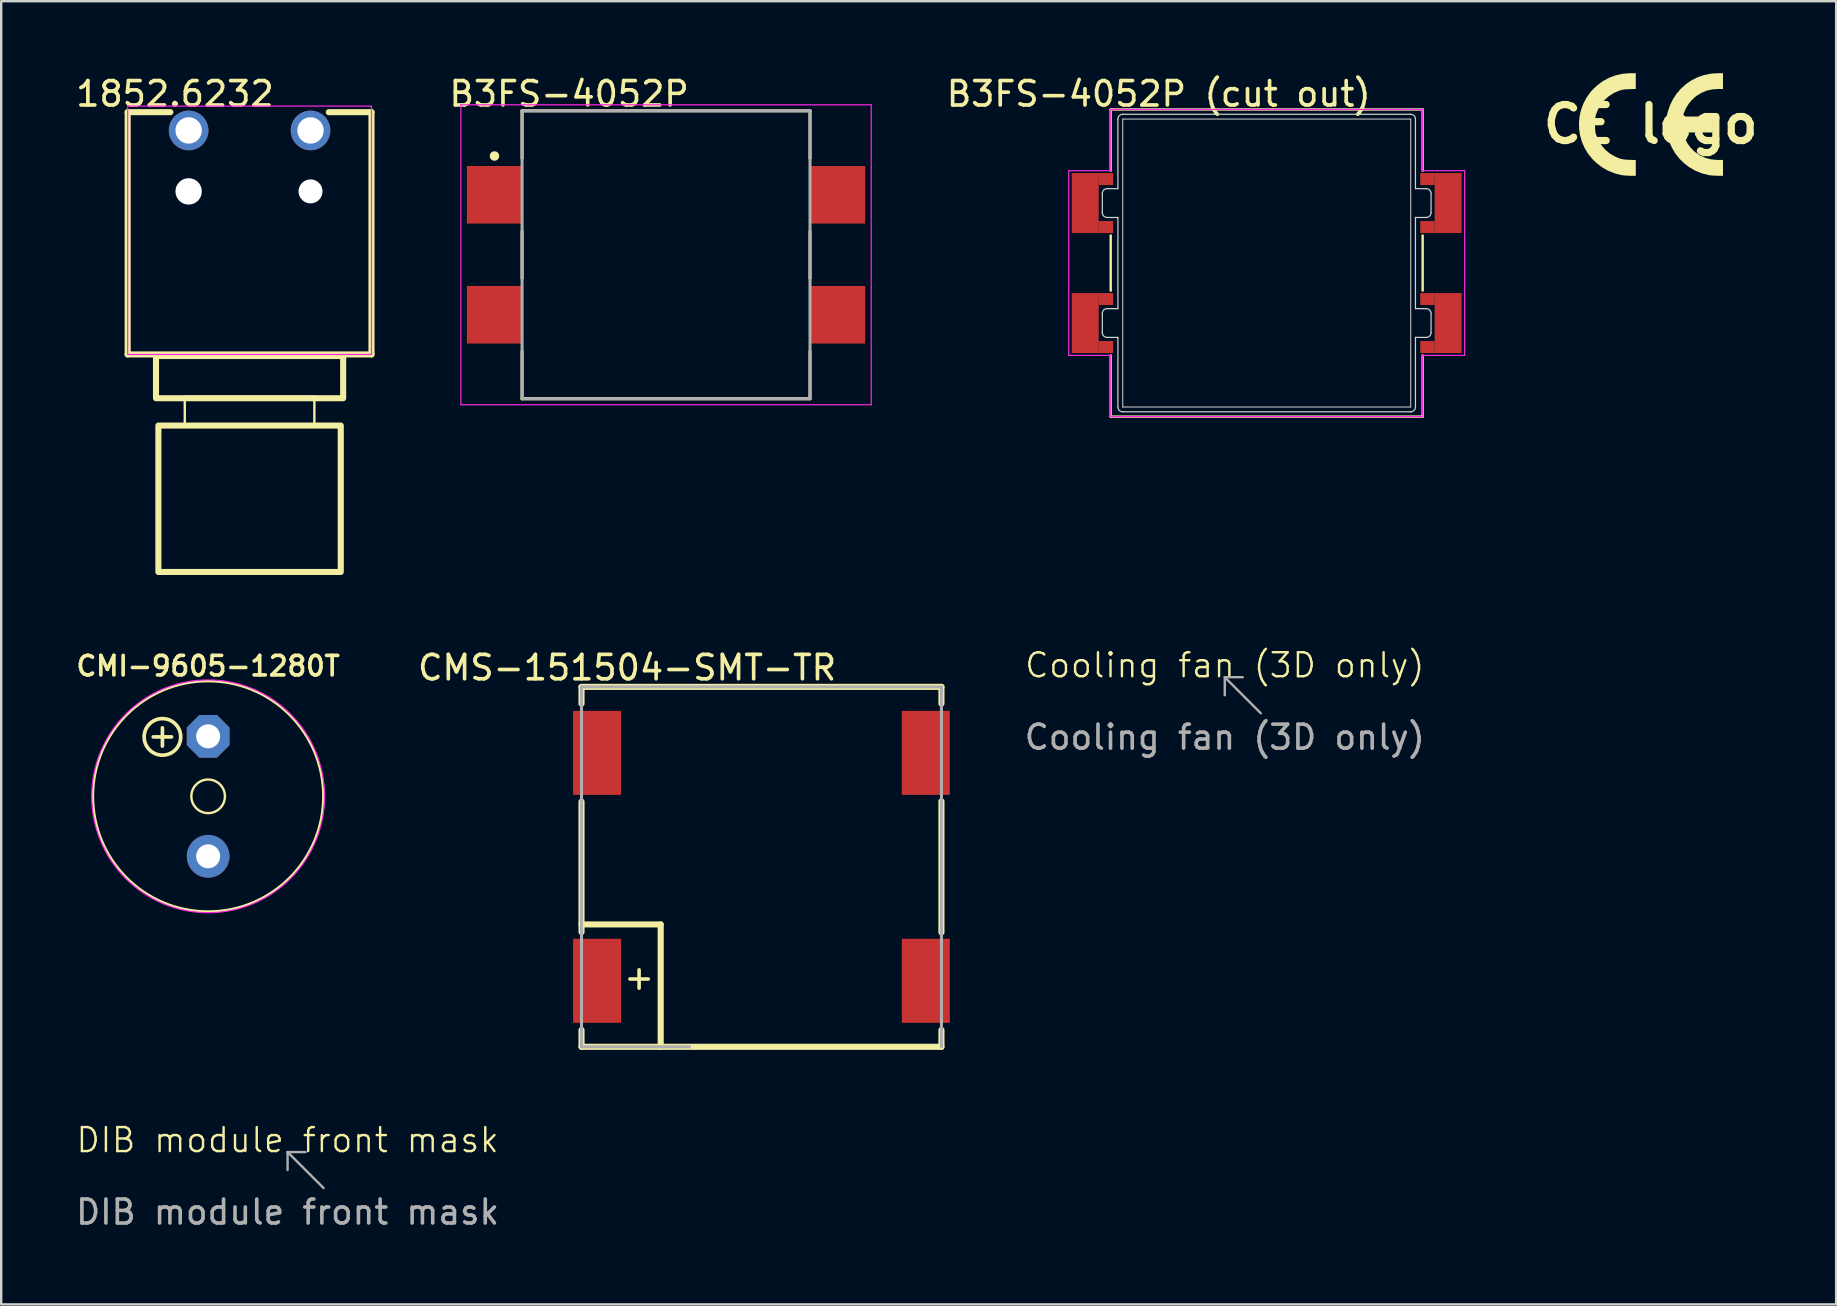
<source format=kicad_pcb>
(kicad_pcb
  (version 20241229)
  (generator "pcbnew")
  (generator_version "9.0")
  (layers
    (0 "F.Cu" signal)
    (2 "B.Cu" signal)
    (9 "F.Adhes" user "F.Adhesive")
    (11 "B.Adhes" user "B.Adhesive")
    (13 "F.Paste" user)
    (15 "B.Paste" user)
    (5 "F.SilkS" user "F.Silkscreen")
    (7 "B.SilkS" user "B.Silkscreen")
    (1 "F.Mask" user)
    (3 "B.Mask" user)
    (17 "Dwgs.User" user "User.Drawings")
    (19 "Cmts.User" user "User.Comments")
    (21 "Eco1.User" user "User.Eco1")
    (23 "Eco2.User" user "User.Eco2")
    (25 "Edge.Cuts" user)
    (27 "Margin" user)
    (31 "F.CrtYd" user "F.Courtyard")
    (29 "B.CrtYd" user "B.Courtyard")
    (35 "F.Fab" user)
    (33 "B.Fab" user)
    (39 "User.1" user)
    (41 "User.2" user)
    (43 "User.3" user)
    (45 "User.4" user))
  (footprint "CMI-9605-1280T"
    (layer "F.Cu")
    (at 5.624 30.136)
    (property "Reference" "CMI-9605-1280T" (at 0 -4.953 0) (layer "F.SilkS") (effects (font (size 0.813 0.813) (thickness 0.152) (bold yes)) (justify bottom)))
    (attr through_hole)
    (fp_line (start -2.286 -2.477) (end -1.524 -2.477) (stroke (width 0.152) (type solid)) (layer "F.SilkS"))
    (fp_line (start -1.905 -2.095) (end -1.905 -2.857) (stroke (width 0.152) (type solid)) (layer "F.SilkS"))
    (fp_circle (center -1.905 -2.477) (end -1.143 -2.477) (stroke (width 0.152) (type solid)) (fill no) (layer "F.SilkS"))
    (fp_circle (center 0 0) (end 0.7 0) (stroke (width 0.1) (type default)) (fill no) (layer "F.SilkS"))
    (fp_circle (center 0 0) (end 4.8 0) (stroke (width 0.1) (type default)) (fill no) (layer "F.SilkS"))
    (fp_circle (center 0 0) (end 4.85 0) (stroke (width 0.05) (type default)) (fill no) (layer "F.CrtYd"))
    (pad "+B" thru_hole roundrect (at 0 -2.5) (size 1.778 1.778) (drill 1) (layers "*.Cu" "*.Mask") (roundrect_rratio 0.25) (chamfer_ratio 0.293) (chamfer top_left top_right bottom_left bottom_right))
    (pad "-B" thru_hole circle (at 0 2.5) (size 1.778 1.778) (drill 1) (layers "*.Cu" "*.Mask")))
  (footprint "B3FS-4052P (cut out)"
    (layer "F.Cu")
    (at 49.738 7.912)
    (property "Reference" "B3FS-4052P (cut out)" (at -4.5 -7.05 0) (layer "F.SilkS") (effects (font (size 1.016 1.016) (thickness 0.152))))
    (attr smd)
    (fp_line (start -6.5 -6.4) (end 6.5 -6.4) (stroke (width 0.1) (type default)) (layer "F.SilkS"))
    (fp_line (start -6.5 -3.85) (end -6.5 -6.4) (stroke (width 0.1) (type default)) (layer "F.SilkS"))
    (fp_line (start -6.5 1.15) (end -6.5 -1.15) (stroke (width 0.1) (type default)) (layer "F.SilkS"))
    (fp_line (start -6.5 6.4) (end -6.5 3.85) (stroke (width 0.1) (type default)) (layer "F.SilkS"))
    (fp_line (start 6.5 -6.4) (end 6.5 -3.85) (stroke (width 0.1) (type default)) (layer "F.SilkS"))
    (fp_line (start 6.5 1.15) (end 6.5 -1.15) (stroke (width 0.1) (type default)) (layer "F.SilkS"))
    (fp_line (start 6.5 3.85) (end 6.5 6.4) (stroke (width 0.1) (type default)) (layer "F.SilkS"))
    (fp_line (start 6.5 6.4) (end -6.5 6.4) (stroke (width 0.1) (type default)) (layer "F.SilkS"))
    (fp_line (start -6.85 -2.9) (end -6.85 -2.1) (stroke (width 0.05) (type default)) (layer "Edge.Cuts"))
    (fp_line (start -6.85 2.1) (end -6.85 2.9) (stroke (width 0.05) (type default)) (layer "Edge.Cuts"))
    (fp_line (start -6.65 -1.9) (end -6.2 -1.9) (stroke (width 0.05) (type default)) (layer "Edge.Cuts"))
    (fp_line (start -6.65 3.1) (end -6.2 3.1) (stroke (width 0.05) (type default)) (layer "Edge.Cuts"))
    (fp_line (start -6.2 -3.1) (end -6.65 -3.1) (stroke (width 0.05) (type default)) (layer "Edge.Cuts"))
    (fp_line (start -6.2 -3.1) (end -6.2 -6) (stroke (width 0.05) (type default)) (layer "Edge.Cuts"))
    (fp_line (start -6.2 1.9) (end -6.65 1.9) (stroke (width 0.05) (type default)) (layer "Edge.Cuts"))
    (fp_line (start -6.2 1.9) (end -6.2 -1.9) (stroke (width 0.05) (type default)) (layer "Edge.Cuts"))
    (fp_line (start -6.2 3.1) (end -6.2 6) (stroke (width 0.05) (type default)) (layer "Edge.Cuts"))
    (fp_line (start -6 -6.2) (end 6 -6.2) (stroke (width 0.05) (type default)) (layer "Edge.Cuts"))
    (fp_line (start 6 6.2) (end -6 6.2) (stroke (width 0.05) (type default)) (layer "Edge.Cuts"))
    (fp_line (start 6.2 -3.1) (end 6.2 -6) (stroke (width 0.05) (type default)) (layer "Edge.Cuts"))
    (fp_line (start 6.2 -3.1) (end 6.65 -3.1) (stroke (width 0.05) (type default)) (layer "Edge.Cuts"))
    (fp_line (start 6.2 1.9) (end 6.2 -1.9) (stroke (width 0.05) (type default)) (layer "Edge.Cuts"))
    (fp_line (start 6.2 1.9) (end 6.65 1.9) (stroke (width 0.05) (type default)) (layer "Edge.Cuts"))
    (fp_line (start 6.2 3.1) (end 6.2 6) (stroke (width 0.05) (type default)) (layer "Edge.Cuts"))
    (fp_line (start 6.65 -1.9) (end 6.2 -1.9) (stroke (width 0.05) (type default)) (layer "Edge.Cuts"))
    (fp_line (start 6.65 3.1) (end 6.2 3.1) (stroke (width 0.05) (type default)) (layer "Edge.Cuts"))
    (fp_line (start 6.85 -2.9) (end 6.85 -2.1) (stroke (width 0.05) (type default)) (layer "Edge.Cuts"))
    (fp_line (start 6.85 2.1) (end 6.85 2.9) (stroke (width 0.05) (type default)) (layer "Edge.Cuts"))
    (fp_arc (start -6.85 -2.9) (mid -6.791421 -3.041421) (end -6.65 -3.1) (stroke (width 0.05) (type default)) (layer "Edge.Cuts"))
    (fp_arc (start -6.85 2.1) (mid -6.791421 1.958579) (end -6.65 1.9) (stroke (width 0.05) (type default)) (layer "Edge.Cuts"))
    (fp_arc (start -6.65 -1.9) (mid -6.791421 -1.958579) (end -6.85 -2.1) (stroke (width 0.05) (type default)) (layer "Edge.Cuts"))
    (fp_arc (start -6.65 3.1) (mid -6.791421 3.041421) (end -6.85 2.9) (stroke (width 0.05) (type default)) (layer "Edge.Cuts"))
    (fp_arc (start -6.2 -6) (mid -6.141421 -6.141421) (end -6 -6.2) (stroke (width 0.05) (type default)) (layer "Edge.Cuts"))
    (fp_arc (start -6 6.2) (mid -6.141421 6.141421) (end -6.2 6) (stroke (width 0.05) (type default)) (layer "Edge.Cuts"))
    (fp_arc (start 6 -6.2) (mid 6.141421 -6.141421) (end 6.2 -6) (stroke (width 0.05) (type default)) (layer "Edge.Cuts"))
    (fp_arc (start 6.2 6) (mid 6.141421 6.141421) (end 6 6.2) (stroke (width 0.05) (type default)) (layer "Edge.Cuts"))
    (fp_arc (start 6.65 -3.1) (mid 6.791421 -3.041421) (end 6.85 -2.9) (stroke (width 0.05) (type default)) (layer "Edge.Cuts"))
    (fp_arc (start 6.65 1.9) (mid 6.791421 1.958579) (end 6.85 2.1) (stroke (width 0.05) (type default)) (layer "Edge.Cuts"))
    (fp_arc (start 6.85 -2.1) (mid 6.791421 -1.958579) (end 6.65 -1.9) (stroke (width 0.05) (type default)) (layer "Edge.Cuts"))
    (fp_arc (start 6.85 2.9) (mid 6.791421 3.041421) (end 6.65 3.1) (stroke (width 0.05) (type default)) (layer "Edge.Cuts"))
    (fp_line (start -8.25 -3.85) (end -6.5 -3.85) (stroke (width 0.05) (type default)) (layer "F.CrtYd"))
    (fp_line (start -8.25 3.85) (end -8.25 -3.85) (stroke (width 0.05) (type default)) (layer "F.CrtYd"))
    (fp_line (start -6.5 -6.4) (end 6.5 -6.4) (stroke (width 0.05) (type default)) (layer "F.CrtYd"))
    (fp_line (start -6.5 -3.85) (end -6.5 -6.4) (stroke (width 0.05) (type default)) (layer "F.CrtYd"))
    (fp_line (start -6.5 3.85) (end -8.25 3.85) (stroke (width 0.05) (type default)) (layer "F.CrtYd"))
    (fp_line (start -6.5 6.4) (end -6.5 3.85) (stroke (width 0.05) (type default)) (layer "F.CrtYd"))
    (fp_line (start 6.5 -6.4) (end 6.5 -3.85) (stroke (width 0.05) (type default)) (layer "F.CrtYd"))
    (fp_line (start 6.5 -3.85) (end 8.25 -3.85) (stroke (width 0.05) (type default)) (layer "F.CrtYd"))
    (fp_line (start 6.5 3.85) (end 6.5 6.4) (stroke (width 0.05) (type default)) (layer "F.CrtYd"))
    (fp_line (start 6.5 6.4) (end -6.5 6.4) (stroke (width 0.05) (type default)) (layer "F.CrtYd"))
    (fp_line (start 8.25 -3.85) (end 8.25 3.85) (stroke (width 0.05) (type default)) (layer "F.CrtYd"))
    (fp_line (start 8.25 3.85) (end 6.5 3.85) (stroke (width 0.05) (type default)) (layer "F.CrtYd"))
    (fp_line (start -6 -6) (end -6 6) (stroke (width 0.05) (type solid)) (layer "F.Fab"))
    (fp_line (start -6 6) (end 6 6) (stroke (width 0.05) (type solid)) (layer "F.Fab"))
    (fp_line (start 6 -6) (end -6 -6) (stroke (width 0.05) (type solid)) (layer "F.Fab"))
    (fp_line (start 6 6) (end 6 -6) (stroke (width 0.05) (type solid)) (layer "F.Fab"))
    (pad "1" smd rect (at -7.562 -2.5) (size 1.125 2.5) (layers "F.Cu" "F.Mask" "F.Paste"))
    (pad "1" smd rect (at -6.7 -3.5) (size 0.6 0.5) (layers "F.Cu" "F.Mask" "F.Paste"))
    (pad "1" smd rect (at -6.7 -1.5) (size 0.6 0.5) (layers "F.Cu" "F.Mask" "F.Paste"))
    (pad "2" smd rect (at 6.7 -3.5 180) (size 0.6 0.5) (layers "F.Cu" "F.Mask" "F.Paste"))
    (pad "2" smd rect (at 6.7 -1.5 180) (size 0.6 0.5) (layers "F.Cu" "F.Mask" "F.Paste"))
    (pad "2" smd rect (at 7.562 -2.5 180) (size 1.125 2.5) (layers "F.Cu" "F.Mask" "F.Paste"))
    (pad "3" smd rect (at -7.562 2.5) (size 1.125 2.5) (layers "F.Cu" "F.Mask" "F.Paste"))
    (pad "3" smd rect (at -6.7 1.5) (size 0.6 0.5) (layers "F.Cu" "F.Mask" "F.Paste"))
    (pad "3" smd rect (at -6.7 3.5) (size 0.6 0.5) (layers "F.Cu" "F.Mask" "F.Paste"))
    (pad "4" smd rect (at 6.7 1.5 180) (size 0.6 0.5) (layers "F.Cu" "F.Mask" "F.Paste"))
    (pad "4" smd rect (at 6.7 3.5 180) (size 0.6 0.5) (layers "F.Cu" "F.Mask" "F.Paste"))
    (pad "4" smd rect (at 7.562 2.5 180) (size 1.125 2.5) (layers "F.Cu" "F.Mask" "F.Paste")))
  (footprint "CE logo"
    (layer "F.Cu")
    (at 65.742 2.128)
    (property "Reference" "CE logo" (at 0 0 0) (layer "F.SilkS") (effects (font (size 1.5 1.5) (thickness 0.3))))
    (attr exclude_from_pos_files exclude_from_bom)
    (fp_poly (pts (xy -0.622 -1.799) (xy -0.622 -1.47) (xy -0.888 -1.462) (xy -1.011 -1.456) (xy -1.104 -1.448) (xy -1.182 -1.436) (xy -1.255 -1.417) (xy -1.315 -1.398) (xy -1.542 -1.3) (xy -1.746 -1.17) (xy -1.925 -1.01) (xy -2.076 -0.822) (xy -2.198 -0.61) (xy -2.262 -0.452) (xy -2.285 -0.386) (xy -2.3 -0.328) (xy -2.31 -0.27) (xy -2.316 -0.201) (xy -2.318 -0.112) (xy -2.319 0.007) (xy -2.319 0.01) (xy -2.318 0.13) (xy -2.316 0.22) (xy -2.31 0.289) (xy -2.3 0.347) (xy -2.285 0.404) (xy -2.263 0.47) (xy -2.262 0.472) (xy -2.162 0.7) (xy -2.031 0.905) (xy -1.87 1.084) (xy -1.683 1.235) (xy -1.472 1.355) (xy -1.315 1.418) (xy -1.237 1.442) (xy -1.164 1.459) (xy -1.083 1.47) (xy -0.983 1.478) (xy -0.888 1.482) (xy -0.622 1.491) (xy -0.622 1.819) (xy -0.622 2.148) (xy -0.848 2.147) (xy -0.959 2.143) (xy -1.072 2.136) (xy -1.172 2.126) (xy -1.219 2.119) (xy -1.504 2.047) (xy -1.774 1.938) (xy -2.028 1.794) (xy -2.261 1.615) (xy -2.43 1.451) (xy -2.609 1.23) (xy -2.753 0.992) (xy -2.864 0.739) (xy -2.94 0.477) (xy -2.982 0.209) (xy -2.99 -0.062) (xy -2.964 -0.333) (xy -2.904 -0.598) (xy -2.809 -0.856) (xy -2.681 -1.101) (xy -2.518 -1.33) (xy -2.43 -1.431) (xy -2.213 -1.637) (xy -1.976 -1.808) (xy -1.722 -1.943) (xy -1.451 -2.042) (xy -1.166 -2.104) (xy -0.869 -2.128) (xy -0.831 -2.128) (xy -0.622 -2.128)) (stroke (width 0) (type solid)) (fill yes) (layer "F.SilkS"))
    (fp_poly (pts (xy 3.012 -1.798) (xy 3.012 -1.468) (xy 2.796 -1.468) (xy 2.556 -1.451) (xy 2.332 -1.4) (xy 2.121 -1.312) (xy 1.916 -1.187) (xy 1.874 -1.156) (xy 1.717 -1.016) (xy 1.578 -0.847) (xy 1.464 -0.658) (xy 1.38 -0.46) (xy 1.354 -0.372) (xy 1.341 -0.321) (xy 1.966 -0.321) (xy 2.59 -0.321) (xy 2.59 0.01) (xy 2.59 0.341) (xy 1.966 0.341) (xy 1.341 0.341) (xy 1.354 0.392) (xy 1.422 0.591) (xy 1.524 0.785) (xy 1.653 0.964) (xy 1.803 1.118) (xy 1.874 1.176) (xy 2.076 1.308) (xy 2.282 1.402) (xy 2.499 1.461) (xy 2.732 1.485) (xy 2.794 1.486) (xy 3.012 1.486) (xy 3.012 1.817) (xy 3.012 2.148) (xy 2.786 2.147) (xy 2.676 2.143) (xy 2.563 2.136) (xy 2.463 2.126) (xy 2.416 2.119) (xy 2.136 2.048) (xy 1.871 1.942) (xy 1.624 1.802) (xy 1.399 1.633) (xy 1.197 1.435) (xy 1.022 1.212) (xy 0.876 0.965) (xy 0.761 0.698) (xy 0.709 0.529) (xy 0.688 0.447) (xy 0.674 0.374) (xy 0.664 0.301) (xy 0.659 0.217) (xy 0.657 0.111) (xy 0.656 0.01) (xy 0.657 -0.119) (xy 0.66 -0.219) (xy 0.666 -0.3) (xy 0.677 -0.371) (xy 0.693 -0.445) (xy 0.709 -0.509) (xy 0.803 -0.789) (xy 0.93 -1.048) (xy 1.087 -1.285) (xy 1.272 -1.496) (xy 1.481 -1.681) (xy 1.712 -1.837) (xy 1.962 -1.961) (xy 2.229 -2.053) (xy 2.51 -2.109) (xy 2.803 -2.128) (xy 2.804 -2.128) (xy 3.012 -2.128)) (stroke (width 0) (type solid)) (fill yes) (layer "F.SilkS")))
  (footprint "Cooling fan (3D only)"
    (layer "F.Cu")
    (at 47.992 25.173)
    (property "Reference" "Cooling fan (3D only)" (at 0 -0.5 0) (unlocked yes) (layer "F.SilkS") (effects (font (size 1 1) (thickness 0.1))))
    (fp_line (start 0 0) (end 0 0.75) (stroke (width 0.1) (type default)) (layer "F.Fab"))
    (fp_line (start 0 0) (end 0.75 0) (stroke (width 0.1) (type default)) (layer "F.Fab"))
    (fp_line (start 0 0) (end 1.5 1.5) (stroke (width 0.1) (type default)) (layer "F.Fab"))
    (fp_text user "${REFERENCE}" (at 0 2.5 0) (unlocked yes) (layer "F.Fab") (effects (font (size 1 1) (thickness 0.15)))))
  (footprint "B3FS-4052P"
    (layer "F.Cu")
    (at 24.707 7.567)
    (property "Reference" "B3FS-4052P" (at -4.039 -6.706 0) (layer "F.SilkS") (effects (font (size 1.016 1.016) (thickness 0.152))))
    (attr smd)
    (fp_line (start -6 -6) (end -6 -4.02) (stroke (width 0.127) (type solid)) (layer "F.SilkS"))
    (fp_line (start -6 -0.98) (end -6 0.98) (stroke (width 0.127) (type solid)) (layer "F.SilkS"))
    (fp_line (start -6 4.02) (end -6 6) (stroke (width 0.127) (type solid)) (layer "F.SilkS"))
    (fp_line (start -6 6) (end 6 6) (stroke (width 0.127) (type solid)) (layer "F.SilkS"))
    (fp_line (start 6 -6) (end -6 -6) (stroke (width 0.127) (type solid)) (layer "F.SilkS"))
    (fp_line (start 6 -4.02) (end 6 -6) (stroke (width 0.127) (type solid)) (layer "F.SilkS"))
    (fp_line (start 6 0.98) (end 6 -0.98) (stroke (width 0.127) (type solid)) (layer "F.SilkS"))
    (fp_line (start 6 4.02) (end 6 6) (stroke (width 0.127) (type solid)) (layer "F.SilkS"))
    (fp_circle (center -7.15 -4.115) (end -7.05 -4.115) (stroke (width 0.2) (type solid)) (fill no) (layer "F.SilkS"))
    (fp_line (start -8.55 -6.25) (end -8.55 6.25) (stroke (width 0.05) (type solid)) (layer "F.CrtYd"))
    (fp_line (start -8.55 6.25) (end 8.55 6.25) (stroke (width 0.05) (type solid)) (layer "F.CrtYd"))
    (fp_line (start 8.55 -6.25) (end -8.55 -6.25) (stroke (width 0.05) (type solid)) (layer "F.CrtYd"))
    (fp_line (start 8.55 6.25) (end 8.55 -6.25) (stroke (width 0.05) (type solid)) (layer "F.CrtYd"))
    (fp_line (start -6 -6) (end -6 6) (stroke (width 0.127) (type solid)) (layer "F.Fab"))
    (fp_line (start -6 6) (end 6 6) (stroke (width 0.127) (type solid)) (layer "F.Fab"))
    (fp_line (start 6 -6) (end -6 -6) (stroke (width 0.127) (type solid)) (layer "F.Fab"))
    (fp_line (start 6 6) (end 6 -6) (stroke (width 0.127) (type solid)) (layer "F.Fab"))
    (pad "1" smd rect (at -7.15 -2.5) (size 2.3 2.4) (layers "F.Cu" "F.Mask" "F.Paste"))
    (pad "2" smd rect (at 7.15 -2.5) (size 2.3 2.4) (layers "F.Cu" "F.Mask" "F.Paste"))
    (pad "3" smd rect (at -7.15 2.5) (size 2.3 2.4) (layers "F.Cu" "F.Mask" "F.Paste"))
    (pad "4" smd rect (at 7.15 2.5) (size 2.3 2.4) (layers "F.Cu" "F.Mask" "F.Paste")))
  (footprint "DIB module front mask"
    (layer "F.Cu")
    (at 8.935 44.962)
    (property "Reference" "DIB module front mask" (at 0 -0.5 0) (unlocked yes) (layer "F.SilkS") (effects (font (size 1 1) (thickness 0.1))))
    (fp_line (start 0 0) (end 0 0.75) (stroke (width 0.1) (type default)) (layer "F.Fab"))
    (fp_line (start 0 0) (end 0.75 0) (stroke (width 0.1) (type default)) (layer "F.Fab"))
    (fp_line (start 0 0) (end 1.5 1.5) (stroke (width 0.1) (type default)) (layer "F.Fab"))
    (fp_text user "${REFERENCE}" (at 0 2.5 0) (unlocked yes) (layer "F.Fab") (effects (font (size 1 1) (thickness 0.15)))))
  (footprint "CMS-151504-SMT-TR"
    (layer "F.Cu")
    (at 28.684 33.075)
    (property "Reference" "CMS-151504-SMT-TR" (at -5.6 -8.3 0) (layer "F.SilkS") (effects (font (size 1.016 1.016) (thickness 0.152))))
    (attr smd)
    (fp_line (start -7.5 -6.8) (end -7.5 -7.5) (stroke (width 0.254) (type solid)) (layer "F.SilkS"))
    (fp_line (start -7.5 2.718) (end -7.5 -2.718) (stroke (width 0.254) (type solid)) (layer "F.SilkS"))
    (fp_line (start -7.5 7.5) (end -7.5 6.8) (stroke (width 0.254) (type solid)) (layer "F.SilkS"))
    (fp_line (start -4.2 2.4) (end -7.5 2.4) (stroke (width 0.254) (type solid)) (layer "F.SilkS"))
    (fp_line (start -4.2 7.5) (end -4.2 2.4) (stroke (width 0.254) (type solid)) (layer "F.SilkS"))
    (fp_line (start 7.5 -7.5) (end -7.5 -7.5) (stroke (width 0.254) (type solid)) (layer "F.SilkS"))
    (fp_line (start 7.5 -6.8) (end 7.5 -7.5) (stroke (width 0.254) (type solid)) (layer "F.SilkS"))
    (fp_line (start 7.5 2.731) (end 7.5 -2.731) (stroke (width 0.254) (type solid)) (layer "F.SilkS"))
    (fp_line (start 7.5 7.5) (end -7.5 7.5) (stroke (width 0.254) (type solid)) (layer "F.SilkS"))
    (fp_line (start 7.5 7.5) (end 7.5 6.8) (stroke (width 0.254) (type solid)) (layer "F.SilkS"))
    (fp_line (start -7.5 -7.5) (end 7.5 -7.5) (stroke (width 0.127) (type solid)) (layer "F.Fab"))
    (fp_line (start -7.5 7.5) (end -7.5 -7.5) (stroke (width 0.127) (type solid)) (layer "F.Fab"))
    (fp_line (start -7.5 7.5) (end -3 7.5) (stroke (width 0.127) (type solid)) (layer "F.Fab"))
    (fp_line (start 7.5 -7.5) (end 7.5 7.5) (stroke (width 0.127) (type solid)) (layer "F.Fab"))
    (fp_text user "+" (at -5.1 4.6 0) (layer "F.SilkS") (effects (font (size 1.002 1.002) (thickness 0.15))))
    (pad "" smd rect (at -6.85 -4.75) (size 2 3.5) (layers "F.Cu" "F.Mask" "F.Paste"))
    (pad "" smd rect (at 6.85 -4.75) (size 2 3.5) (layers "F.Cu" "F.Mask" "F.Paste"))
    (pad "+B" smd rect (at -6.85 4.75) (size 2 3.5) (layers "F.Cu" "F.Mask" "F.Paste"))
    (pad "-B" smd rect (at 6.85 4.75) (size 2 3.5) (layers "F.Cu" "F.Mask" "F.Paste")))
  (footprint "1852.6232"
    (layer "F.Cu")
    (at 7.351 2.386)
    (property "Reference" "1852.6232" (at -3.111 -1.524 0) (layer "F.SilkS") (effects (font (size 1.016 1.016) (thickness 0.152))))
    (attr through_hole)
    (fp_line (start -5.08 -0.762) (end -5.08 9.335) (stroke (width 0.254) (type default)) (layer "F.SilkS"))
    (fp_line (start -5.08 9.335) (end 5.08 9.335) (stroke (width 0.254) (type default)) (layer "F.SilkS"))
    (fp_line (start -3.302 -0.762) (end -5.08 -0.762) (stroke (width 0.254) (type default)) (layer "F.SilkS"))
    (fp_line (start 5.08 -0.762) (end 3.302 -0.762) (stroke (width 0.254) (type default)) (layer "F.SilkS"))
    (fp_line (start 5.08 9.335) (end 5.08 -0.762) (stroke (width 0.254) (type default)) (layer "F.SilkS"))
    (fp_rect (start -3.9 9.4) (end 3.9 11.16) (stroke (width 0.254) (type default)) (fill no) (layer "F.SilkS"))
    (fp_rect (start -3.8 12.3) (end 3.8 18.4) (stroke (width 0.254) (type default)) (fill no) (layer "F.SilkS"))
    (fp_rect (start -2.7 11.1) (end 2.7 12.3) (stroke (width 0.1) (type default)) (fill no) (layer "F.SilkS"))
    (fp_rect (start -5.08 -1.016) (end 5.08 9.335) (stroke (width 0.05) (type default)) (fill no) (layer "F.CrtYd"))
    (pad "" np_thru_hole circle (at -2.54 2.54) (size 1.1 1.1) (drill 1.1) (layers "*.Cu"))
    (pad "" np_thru_hole circle (at 2.54 2.54) (size 1 1) (drill 1.1) (layers "*.Cu"))
    (pad "1" thru_hole circle (at -2.54 0) (size 1.65 1.65) (drill 1.1) (layers "*.Cu" "*.Mask"))
    (pad "2" thru_hole circle (at 2.54 0) (size 1.65 1.65) (drill 1.1) (layers "*.Cu" "*.Mask")))
  (gr_rect
    (start -3 -3)
    (end 73.47 51.31)
    (stroke (width 0.1) (type default))
    (fill no)
    (layer "Edge.Cuts")))
</source>
